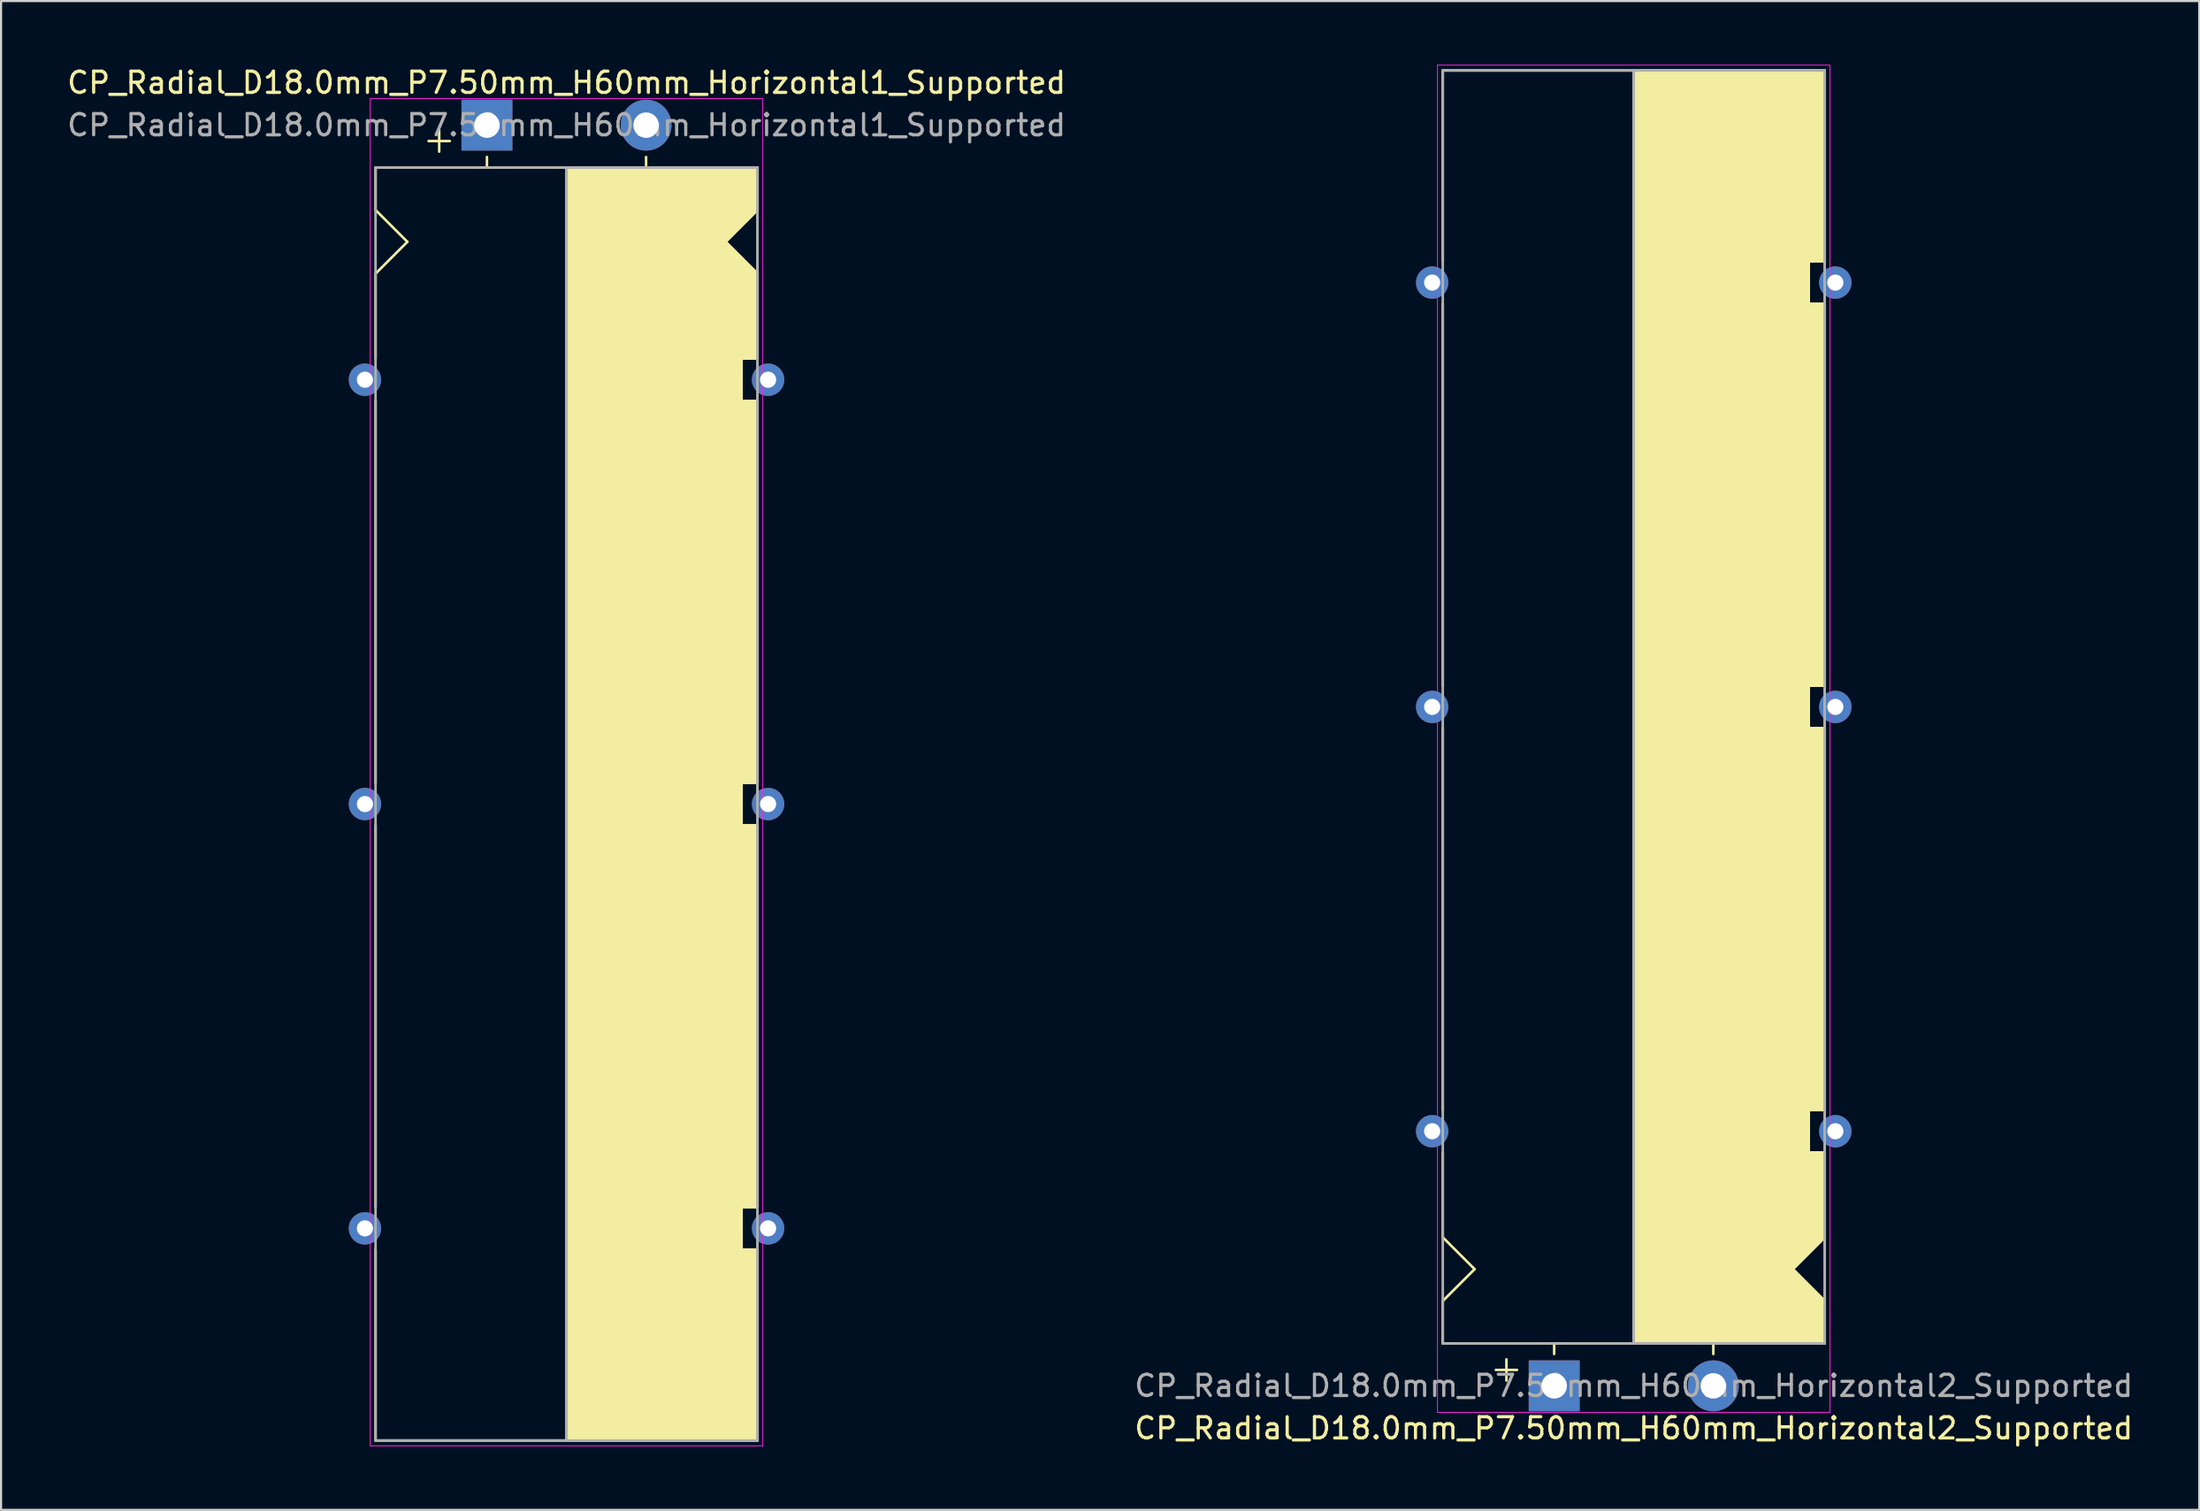
<source format=kicad_pcb>
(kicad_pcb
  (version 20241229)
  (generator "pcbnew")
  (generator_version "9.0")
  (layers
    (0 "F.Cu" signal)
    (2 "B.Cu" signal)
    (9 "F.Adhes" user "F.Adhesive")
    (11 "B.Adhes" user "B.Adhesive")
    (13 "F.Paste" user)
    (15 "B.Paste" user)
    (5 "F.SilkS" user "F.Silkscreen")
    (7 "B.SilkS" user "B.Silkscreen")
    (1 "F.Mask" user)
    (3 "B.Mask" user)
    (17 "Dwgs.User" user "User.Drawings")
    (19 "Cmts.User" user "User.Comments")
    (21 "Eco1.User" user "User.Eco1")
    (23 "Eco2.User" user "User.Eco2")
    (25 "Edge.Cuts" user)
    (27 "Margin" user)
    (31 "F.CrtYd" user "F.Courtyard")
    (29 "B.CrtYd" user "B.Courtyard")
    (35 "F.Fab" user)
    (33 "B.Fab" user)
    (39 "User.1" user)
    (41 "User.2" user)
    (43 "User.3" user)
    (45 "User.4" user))
  (footprint "CP_Radial_D18.0mm_P7.50mm_H60mm_Horizontal1_Supported"
    (layer "F.Cu")
    (at 19.899 2.848)
    (property "Reference" "CP_Radial_D18.0mm_P7.50mm_H60mm_Horizontal1_Supported" (at 3.75 -2 0) (layer "F.SilkS") (effects (font (size 1 1) (thickness 0.15))))
    (attr through_hole)
    (fp_line (start -5.25 2) (end -5.25 4) (stroke (width 0.12) (type solid)) (layer "F.SilkS"))
    (fp_line (start -5.25 2) (end 12.75 2) (stroke (width 0.12) (type solid)) (layer "F.SilkS"))
    (fp_line (start -5.25 4) (end -3.75 5.5) (stroke (width 0.12) (type solid)) (layer "F.SilkS"))
    (fp_line (start -5.25 7) (end -3.75 5.5) (stroke (width 0.12) (type solid)) (layer "F.SilkS"))
    (fp_line (start -5.25 11) (end -5.25 7) (stroke (width 0.12) (type solid)) (layer "F.SilkS"))
    (fp_line (start -5.25 13) (end -5.25 31) (stroke (width 0.12) (type solid)) (layer "F.SilkS"))
    (fp_line (start -5.25 33) (end -5.25 51) (stroke (width 0.12) (type solid)) (layer "F.SilkS"))
    (fp_line (start -5.25 53) (end -5.25 62) (stroke (width 0.12) (type solid)) (layer "F.SilkS"))
    (fp_line (start -5.25 62) (end 12.75 62) (stroke (width 0.12) (type solid)) (layer "F.SilkS"))
    (fp_line (start -2.25 0.25) (end -2.25 1.25) (stroke (width 0.12) (type solid)) (layer "F.SilkS"))
    (fp_line (start -1.75 0.75) (end -2.75 0.75) (stroke (width 0.12) (type solid)) (layer "F.SilkS"))
    (fp_line (start 0 1.5) (end 0 2) (stroke (width 0.12) (type solid)) (layer "F.SilkS"))
    (fp_line (start 3.75 2) (end 3.75 62) (stroke (width 0.12) (type solid)) (layer "F.SilkS"))
    (fp_line (start 7.5 1.5) (end 7.5 2) (stroke (width 0.12) (type solid)) (layer "F.SilkS"))
    (fp_line (start 12 11) (end 12 13) (stroke (width 0.12) (type solid)) (layer "F.SilkS"))
    (fp_line (start 12 13) (end 12.75 13) (stroke (width 0.12) (type solid)) (layer "F.SilkS"))
    (fp_line (start 12 31) (end 12 33) (stroke (width 0.12) (type solid)) (layer "F.SilkS"))
    (fp_line (start 12 33) (end 12.75 33) (stroke (width 0.12) (type solid)) (layer "F.SilkS"))
    (fp_line (start 12 51) (end 12 53) (stroke (width 0.12) (type solid)) (layer "F.SilkS"))
    (fp_line (start 12 53) (end 12.75 53) (stroke (width 0.12) (type solid)) (layer "F.SilkS"))
    (fp_line (start 12.25 11) (end 12 11) (stroke (width 0.12) (type solid)) (layer "F.SilkS"))
    (fp_line (start 12.75 2) (end 12.75 4) (stroke (width 0.12) (type solid)) (layer "F.SilkS"))
    (fp_line (start 12.75 4) (end 11.25 5.5) (stroke (width 0.12) (type solid)) (layer "F.SilkS"))
    (fp_line (start 12.75 7) (end 11.25 5.5) (stroke (width 0.12) (type solid)) (layer "F.SilkS"))
    (fp_line (start 12.75 11) (end 12.25 11) (stroke (width 0.12) (type solid)) (layer "F.SilkS"))
    (fp_line (start 12.75 11) (end 12.75 7) (stroke (width 0.12) (type solid)) (layer "F.SilkS"))
    (fp_line (start 12.75 13) (end 12.75 31) (stroke (width 0.12) (type solid)) (layer "F.SilkS"))
    (fp_line (start 12.75 31) (end 12 31) (stroke (width 0.12) (type solid)) (layer "F.SilkS"))
    (fp_line (start 12.75 33) (end 12.75 51) (stroke (width 0.12) (type solid)) (layer "F.SilkS"))
    (fp_line (start 12.75 51) (end 12 51) (stroke (width 0.12) (type solid)) (layer "F.SilkS"))
    (fp_line (start 12.75 53) (end 12.75 62) (stroke (width 0.12) (type solid)) (layer "F.SilkS"))
    (fp_poly (pts (xy 12.75 4) (xy 11.25 5.5) (xy 12.75 7) (xy 12.75 11) (xy 12 11) (xy 12 13) (xy 12.75 13) (xy 12.75 31) (xy 12 31) (xy 12 33) (xy 12.75 33) (xy 12.75 51) (xy 12 51) (xy 12 53) (xy 12.75 53) (xy 12.75 62) (xy 3.75 62) (xy 3.75 2) (xy 12.75 2)) (stroke (width 0.1) (type solid)) (fill yes) (layer "F.SilkS"))
    (fp_line (start -5.5 -1.25) (end -5.5 62.25) (stroke (width 0.04) (type solid)) (layer "F.CrtYd"))
    (fp_line (start -5.5 62.25) (end 13 62.25) (stroke (width 0.04) (type solid)) (layer "F.CrtYd"))
    (fp_line (start 13 -1.25) (end -5.5 -1.25) (stroke (width 0.04) (type solid)) (layer "F.CrtYd"))
    (fp_line (start 13 62.25) (end 13 -1.25) (stroke (width 0.04) (type solid)) (layer "F.CrtYd"))
    (fp_line (start -5.25 2) (end -5.25 62) (stroke (width 0.12) (type solid)) (layer "F.Fab"))
    (fp_line (start -5.25 62) (end 12.75 62) (stroke (width 0.12) (type solid)) (layer "F.Fab"))
    (fp_line (start 3.75 2) (end 3.75 62) (stroke (width 0.12) (type solid)) (layer "F.Fab"))
    (fp_line (start 12.75 2) (end -5.25 2) (stroke (width 0.12) (type solid)) (layer "F.Fab"))
    (fp_line (start 12.75 62) (end 12.75 2) (stroke (width 0.12) (type solid)) (layer "F.Fab"))
    (fp_poly (pts (xy 12.75 62) (xy 3.75 62) (xy 3.75 2) (xy 12.75 2)) (stroke (width 0.1) (type solid)) (fill no) (layer "F.Fab"))
    (fp_text user "${REFERENCE}" (at 3.75 0 0) (layer "F.Fab") (effects (font (size 1 1) (thickness 0.15))))
    (pad "1" thru_hole rect (at 0 0) (size 2.4 2.4) (drill 1.2) (layers "*.Cu" "*.Mask"))
    (pad "2" thru_hole circle (at 7.5 0) (size 2.4 2.4) (drill 1.2) (layers "*.Cu" "*.Mask"))
    (pad "~" thru_hole circle (at -5.75 12) (size 1.524 1.524) (drill 0.762) (layers "*.Cu" "*.Mask"))
    (pad "~" thru_hole circle (at -5.75 32) (size 1.524 1.524) (drill 0.762) (layers "*.Cu" "*.Mask"))
    (pad "~" thru_hole circle (at -5.75 52) (size 1.524 1.524) (drill 0.762) (layers "*.Cu" "*.Mask"))
    (pad "~" thru_hole circle (at 13.25 12) (size 1.524 1.524) (drill 0.762) (layers "*.Cu" "*.Mask"))
    (pad "~" thru_hole circle (at 13.25 32) (size 1.524 1.524) (drill 0.762) (layers "*.Cu" "*.Mask"))
    (pad "~" thru_hole circle (at 13.25 52) (size 1.524 1.524) (drill 0.762) (layers "*.Cu" "*.Mask")))
  (footprint "CP_Radial_D18.0mm_P7.50mm_H60mm_Horizontal2_Supported"
    (layer "F.Cu")
    (at 70.196 62.27)
    (property "Reference" "CP_Radial_D18.0mm_P7.50mm_H60mm_Horizontal2_Supported" (at 3.75 2 0) (layer "F.SilkS") (effects (font (size 1 1) (thickness 0.15))))
    (attr through_hole)
    (fp_line (start -5.25 -62) (end 12.75 -62) (stroke (width 0.12) (type solid)) (layer "F.SilkS"))
    (fp_line (start -5.25 -53) (end -5.25 -62) (stroke (width 0.12) (type solid)) (layer "F.SilkS"))
    (fp_line (start -5.25 -33) (end -5.25 -51) (stroke (width 0.12) (type solid)) (layer "F.SilkS"))
    (fp_line (start -5.25 -13) (end -5.25 -31) (stroke (width 0.12) (type solid)) (layer "F.SilkS"))
    (fp_line (start -5.25 -11) (end -5.25 -7) (stroke (width 0.12) (type solid)) (layer "F.SilkS"))
    (fp_line (start -5.25 -7) (end -3.75 -5.5) (stroke (width 0.12) (type solid)) (layer "F.SilkS"))
    (fp_line (start -5.25 -4) (end -3.75 -5.5) (stroke (width 0.12) (type solid)) (layer "F.SilkS"))
    (fp_line (start -5.25 -2) (end -5.25 -4) (stroke (width 0.12) (type solid)) (layer "F.SilkS"))
    (fp_line (start -5.25 -2) (end 12.75 -2) (stroke (width 0.12) (type solid)) (layer "F.SilkS"))
    (fp_line (start -2.25 -1.25) (end -2.25 -0.25) (stroke (width 0.12) (type solid)) (layer "F.SilkS"))
    (fp_line (start -1.75 -0.75) (end -2.75 -0.75) (stroke (width 0.12) (type solid)) (layer "F.SilkS"))
    (fp_line (start 0 -1.5) (end 0 -2) (stroke (width 0.12) (type solid)) (layer "F.SilkS"))
    (fp_line (start 3.75 -2) (end 3.75 -62) (stroke (width 0.12) (type solid)) (layer "F.SilkS"))
    (fp_line (start 7.5 -1.5) (end 7.5 -2) (stroke (width 0.12) (type solid)) (layer "F.SilkS"))
    (fp_line (start 12 -53) (end 12.75 -53) (stroke (width 0.12) (type solid)) (layer "F.SilkS"))
    (fp_line (start 12 -51) (end 12 -53) (stroke (width 0.12) (type solid)) (layer "F.SilkS"))
    (fp_line (start 12 -33) (end 12.75 -33) (stroke (width 0.12) (type solid)) (layer "F.SilkS"))
    (fp_line (start 12 -31) (end 12 -33) (stroke (width 0.12) (type solid)) (layer "F.SilkS"))
    (fp_line (start 12 -13) (end 12.75 -13) (stroke (width 0.12) (type solid)) (layer "F.SilkS"))
    (fp_line (start 12 -11) (end 12 -13) (stroke (width 0.12) (type solid)) (layer "F.SilkS"))
    (fp_line (start 12.25 -11) (end 12 -11) (stroke (width 0.12) (type solid)) (layer "F.SilkS"))
    (fp_line (start 12.75 -53) (end 12.75 -62) (stroke (width 0.12) (type solid)) (layer "F.SilkS"))
    (fp_line (start 12.75 -51) (end 12 -51) (stroke (width 0.12) (type solid)) (layer "F.SilkS"))
    (fp_line (start 12.75 -33) (end 12.75 -51) (stroke (width 0.12) (type solid)) (layer "F.SilkS"))
    (fp_line (start 12.75 -31) (end 12 -31) (stroke (width 0.12) (type solid)) (layer "F.SilkS"))
    (fp_line (start 12.75 -13) (end 12.75 -31) (stroke (width 0.12) (type solid)) (layer "F.SilkS"))
    (fp_line (start 12.75 -11) (end 12.25 -11) (stroke (width 0.12) (type solid)) (layer "F.SilkS"))
    (fp_line (start 12.75 -11) (end 12.75 -7) (stroke (width 0.12) (type solid)) (layer "F.SilkS"))
    (fp_line (start 12.75 -7) (end 11.25 -5.5) (stroke (width 0.12) (type solid)) (layer "F.SilkS"))
    (fp_line (start 12.75 -4) (end 11.25 -5.5) (stroke (width 0.12) (type solid)) (layer "F.SilkS"))
    (fp_line (start 12.75 -2) (end 12.75 -4) (stroke (width 0.12) (type solid)) (layer "F.SilkS"))
    (fp_poly (pts (xy 12.75 -4) (xy 11.25 -5.5) (xy 12.75 -7) (xy 12.75 -11) (xy 12 -11) (xy 12 -13) (xy 12.75 -13) (xy 12.75 -31) (xy 12 -31) (xy 12 -33) (xy 12.75 -33) (xy 12.75 -51) (xy 12 -51) (xy 12 -53) (xy 12.75 -53) (xy 12.75 -62) (xy 3.75 -62) (xy 3.75 -2) (xy 12.75 -2)) (stroke (width 0.1) (type solid)) (fill yes) (layer "F.SilkS"))
    (fp_line (start -5.5 -62.25) (end 13 -62.25) (stroke (width 0.04) (type solid)) (layer "F.CrtYd"))
    (fp_line (start -5.5 1.25) (end -5.5 -62.25) (stroke (width 0.04) (type solid)) (layer "F.CrtYd"))
    (fp_line (start 13 -62.25) (end 13 1.25) (stroke (width 0.04) (type solid)) (layer "F.CrtYd"))
    (fp_line (start 13 1.25) (end -5.5 1.25) (stroke (width 0.04) (type solid)) (layer "F.CrtYd"))
    (fp_line (start -5.25 -62) (end 12.75 -62) (stroke (width 0.12) (type solid)) (layer "F.Fab"))
    (fp_line (start -5.25 -2) (end -5.25 -62) (stroke (width 0.12) (type solid)) (layer "F.Fab"))
    (fp_line (start 3.75 -2) (end 3.75 -62) (stroke (width 0.12) (type solid)) (layer "F.Fab"))
    (fp_line (start 12.75 -62) (end 12.75 -2) (stroke (width 0.12) (type solid)) (layer "F.Fab"))
    (fp_line (start 12.75 -2) (end -5.25 -2) (stroke (width 0.12) (type solid)) (layer "F.Fab"))
    (fp_poly (pts (xy 12.75 -62) (xy 3.75 -62) (xy 3.75 -2) (xy 12.75 -2)) (stroke (width 0.1) (type solid)) (fill no) (layer "F.Fab"))
    (fp_text user "${REFERENCE}" (at 3.75 0 0) (layer "F.Fab") (effects (font (size 1 1) (thickness 0.15))))
    (pad "1" thru_hole rect (at 0 0) (size 2.4 2.4) (drill 1.2) (layers "*.Cu" "*.Mask"))
    (pad "2" thru_hole circle (at 7.5 0) (size 2.4 2.4) (drill 1.2) (layers "*.Cu" "*.Mask"))
    (pad "~" thru_hole circle (at -5.75 -52 180) (size 1.524 1.524) (drill 0.762) (layers "*.Cu" "*.Mask"))
    (pad "~" thru_hole circle (at -5.75 -32 180) (size 1.524 1.524) (drill 0.762) (layers "*.Cu" "*.Mask"))
    (pad "~" thru_hole circle (at -5.75 -12 180) (size 1.524 1.524) (drill 0.762) (layers "*.Cu" "*.Mask"))
    (pad "~" thru_hole circle (at 13.25 -52 180) (size 1.524 1.524) (drill 0.762) (layers "*.Cu" "*.Mask"))
    (pad "~" thru_hole circle (at 13.25 -32 180) (size 1.524 1.524) (drill 0.762) (layers "*.Cu" "*.Mask"))
    (pad "~" thru_hole circle (at 13.25 -12 180) (size 1.524 1.524) (drill 0.762) (layers "*.Cu" "*.Mask")))
  (gr_rect
    (start -3 -3)
    (end 100.595 68.118)
    (stroke (width 0.1) (type default))
    (fill no)
    (layer "Edge.Cuts")))
</source>
